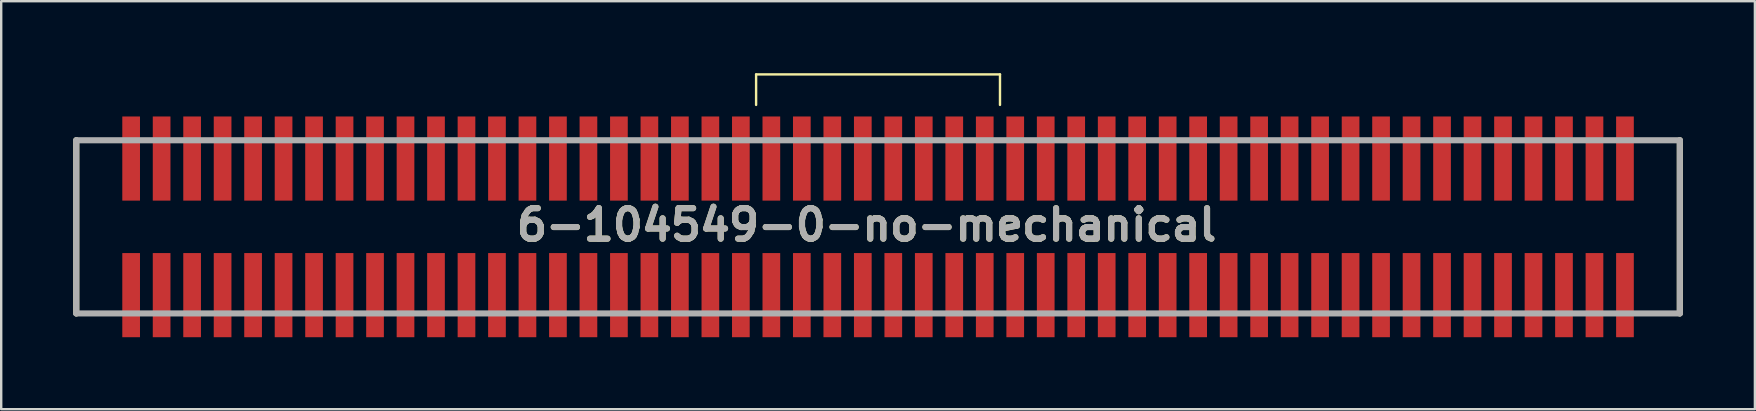
<source format=kicad_pcb>
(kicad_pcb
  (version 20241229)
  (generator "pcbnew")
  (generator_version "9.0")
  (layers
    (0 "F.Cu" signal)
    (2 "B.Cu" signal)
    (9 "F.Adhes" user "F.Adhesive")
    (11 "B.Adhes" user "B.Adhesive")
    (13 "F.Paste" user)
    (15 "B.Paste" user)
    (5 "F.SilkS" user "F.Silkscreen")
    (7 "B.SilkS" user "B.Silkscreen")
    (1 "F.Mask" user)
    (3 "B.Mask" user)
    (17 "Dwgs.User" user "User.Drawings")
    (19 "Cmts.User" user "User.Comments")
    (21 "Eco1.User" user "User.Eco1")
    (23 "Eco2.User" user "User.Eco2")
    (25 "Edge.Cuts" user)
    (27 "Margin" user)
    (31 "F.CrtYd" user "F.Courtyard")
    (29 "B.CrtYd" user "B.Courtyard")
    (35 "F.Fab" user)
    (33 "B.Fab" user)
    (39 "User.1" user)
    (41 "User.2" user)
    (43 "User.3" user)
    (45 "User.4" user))
  (footprint "6-104549-0-no-mechanical"
    (layer "F.Cu")
    (at 33.528 6.4)
    (property "Reference" "6-104549-0-no-mechanical" (at -0.477 -0.082 0) (layer "F.SilkS") (effects (font (size 1.27 1.27) (thickness 0.254))))
    (attr smd)
    (fp_line (start -33.401 -3.607) (end -33.401 3.607) (stroke (width 0.254) (type solid)) (layer "F.SilkS"))
    (fp_line (start -5.08 -6.35) (end 5.08 -6.35) (stroke (width 0.1) (type default)) (layer "F.SilkS"))
    (fp_line (start -5.08 -5.08) (end -5.08 -6.35) (stroke (width 0.1) (type default)) (layer "F.SilkS"))
    (fp_line (start 5.08 -6.35) (end 5.08 -5.08) (stroke (width 0.1) (type default)) (layer "F.SilkS"))
    (fp_line (start 33.401 3.607) (end 33.401 -3.607) (stroke (width 0.254) (type solid)) (layer "F.SilkS"))
    (fp_line (start -33.401 -3.607) (end 33.401 -3.607) (stroke (width 0.254) (type solid)) (layer "F.Fab"))
    (fp_line (start -33.401 3.607) (end -33.401 -3.607) (stroke (width 0.254) (type solid)) (layer "F.Fab"))
    (fp_line (start 33.401 -3.607) (end 33.401 3.607) (stroke (width 0.254) (type solid)) (layer "F.Fab"))
    (fp_line (start 33.401 3.607) (end -33.401 3.607) (stroke (width 0.254) (type solid)) (layer "F.Fab"))
    (fp_text user "${REFERENCE}" (at -0.477 -0.082 0) (layer "F.Fab") (effects (font (size 1.27 1.27) (thickness 0.254))))
    (pad "1" smd rect (at -31.115 2.845) (size 0.737 3.505) (layers "F.Cu" "F.Mask" "F.Paste"))
    (pad "2" smd rect (at -31.115 -2.845) (size 0.737 3.505) (layers "F.Cu" "F.Mask" "F.Paste"))
    (pad "3" smd rect (at -29.845 2.845) (size 0.737 3.505) (layers "F.Cu" "F.Mask" "F.Paste"))
    (pad "4" smd rect (at -29.845 -2.845) (size 0.737 3.505) (layers "F.Cu" "F.Mask" "F.Paste"))
    (pad "5" smd rect (at -28.575 2.845) (size 0.737 3.505) (layers "F.Cu" "F.Mask" "F.Paste"))
    (pad "6" smd rect (at -28.575 -2.845) (size 0.737 3.505) (layers "F.Cu" "F.Mask" "F.Paste"))
    (pad "7" smd rect (at -27.305 2.845) (size 0.737 3.505) (layers "F.Cu" "F.Mask" "F.Paste"))
    (pad "8" smd rect (at -27.305 -2.845) (size 0.737 3.505) (layers "F.Cu" "F.Mask" "F.Paste"))
    (pad "9" smd rect (at -26.035 2.845) (size 0.737 3.505) (layers "F.Cu" "F.Mask" "F.Paste"))
    (pad "10" smd rect (at -26.035 -2.845) (size 0.737 3.505) (layers "F.Cu" "F.Mask" "F.Paste"))
    (pad "11" smd rect (at -24.765 2.845) (size 0.737 3.505) (layers "F.Cu" "F.Mask" "F.Paste"))
    (pad "12" smd rect (at -24.765 -2.845) (size 0.737 3.505) (layers "F.Cu" "F.Mask" "F.Paste"))
    (pad "13" smd rect (at -23.495 2.845) (size 0.737 3.505) (layers "F.Cu" "F.Mask" "F.Paste"))
    (pad "14" smd rect (at -23.495 -2.845) (size 0.737 3.505) (layers "F.Cu" "F.Mask" "F.Paste"))
    (pad "15" smd rect (at -22.225 2.845) (size 0.737 3.505) (layers "F.Cu" "F.Mask" "F.Paste"))
    (pad "16" smd rect (at -22.225 -2.845) (size 0.737 3.505) (layers "F.Cu" "F.Mask" "F.Paste"))
    (pad "17" smd rect (at -20.955 2.845) (size 0.737 3.505) (layers "F.Cu" "F.Mask" "F.Paste"))
    (pad "18" smd rect (at -20.955 -2.845) (size 0.737 3.505) (layers "F.Cu" "F.Mask" "F.Paste"))
    (pad "19" smd rect (at -19.685 2.845) (size 0.737 3.505) (layers "F.Cu" "F.Mask" "F.Paste"))
    (pad "20" smd rect (at -19.685 -2.845) (size 0.737 3.505) (layers "F.Cu" "F.Mask" "F.Paste"))
    (pad "21" smd rect (at -18.415 2.845) (size 0.737 3.505) (layers "F.Cu" "F.Mask" "F.Paste"))
    (pad "22" smd rect (at -18.415 -2.845) (size 0.737 3.505) (layers "F.Cu" "F.Mask" "F.Paste"))
    (pad "23" smd rect (at -17.145 2.845) (size 0.737 3.505) (layers "F.Cu" "F.Mask" "F.Paste"))
    (pad "24" smd rect (at -17.145 -2.845) (size 0.737 3.505) (layers "F.Cu" "F.Mask" "F.Paste"))
    (pad "25" smd rect (at -15.875 2.845) (size 0.737 3.505) (layers "F.Cu" "F.Mask" "F.Paste"))
    (pad "26" smd rect (at -15.875 -2.845) (size 0.737 3.505) (layers "F.Cu" "F.Mask" "F.Paste"))
    (pad "27" smd rect (at -14.605 2.845) (size 0.737 3.505) (layers "F.Cu" "F.Mask" "F.Paste"))
    (pad "28" smd rect (at -14.605 -2.845) (size 0.737 3.505) (layers "F.Cu" "F.Mask" "F.Paste"))
    (pad "29" smd rect (at -13.335 2.845) (size 0.737 3.505) (layers "F.Cu" "F.Mask" "F.Paste"))
    (pad "30" smd rect (at -13.335 -2.845) (size 0.737 3.505) (layers "F.Cu" "F.Mask" "F.Paste"))
    (pad "31" smd rect (at -12.065 2.845) (size 0.737 3.505) (layers "F.Cu" "F.Mask" "F.Paste"))
    (pad "32" smd rect (at -12.065 -2.845) (size 0.737 3.505) (layers "F.Cu" "F.Mask" "F.Paste"))
    (pad "33" smd rect (at -10.795 2.845) (size 0.737 3.505) (layers "F.Cu" "F.Mask" "F.Paste"))
    (pad "34" smd rect (at -10.795 -2.845) (size 0.737 3.505) (layers "F.Cu" "F.Mask" "F.Paste"))
    (pad "35" smd rect (at -9.525 2.845) (size 0.737 3.505) (layers "F.Cu" "F.Mask" "F.Paste"))
    (pad "36" smd rect (at -9.525 -2.845) (size 0.737 3.505) (layers "F.Cu" "F.Mask" "F.Paste"))
    (pad "37" smd rect (at -8.255 2.845) (size 0.737 3.505) (layers "F.Cu" "F.Mask" "F.Paste"))
    (pad "38" smd rect (at -8.255 -2.845) (size 0.737 3.505) (layers "F.Cu" "F.Mask" "F.Paste"))
    (pad "39" smd rect (at -6.985 2.845) (size 0.737 3.505) (layers "F.Cu" "F.Mask" "F.Paste"))
    (pad "40" smd rect (at -6.985 -2.845) (size 0.737 3.505) (layers "F.Cu" "F.Mask" "F.Paste"))
    (pad "41" smd rect (at -5.715 2.845) (size 0.737 3.505) (layers "F.Cu" "F.Mask" "F.Paste"))
    (pad "42" smd rect (at -5.715 -2.845) (size 0.737 3.505) (layers "F.Cu" "F.Mask" "F.Paste"))
    (pad "43" smd rect (at -4.445 2.845) (size 0.737 3.505) (layers "F.Cu" "F.Mask" "F.Paste"))
    (pad "44" smd rect (at -4.445 -2.845) (size 0.737 3.505) (layers "F.Cu" "F.Mask" "F.Paste"))
    (pad "45" smd rect (at -3.175 2.845) (size 0.737 3.505) (layers "F.Cu" "F.Mask" "F.Paste"))
    (pad "46" smd rect (at -3.175 -2.845) (size 0.737 3.505) (layers "F.Cu" "F.Mask" "F.Paste"))
    (pad "47" smd rect (at -1.905 2.845) (size 0.737 3.505) (layers "F.Cu" "F.Mask" "F.Paste"))
    (pad "48" smd rect (at -1.905 -2.845) (size 0.737 3.505) (layers "F.Cu" "F.Mask" "F.Paste"))
    (pad "49" smd rect (at -0.635 2.845) (size 0.737 3.505) (layers "F.Cu" "F.Mask" "F.Paste"))
    (pad "50" smd rect (at -0.635 -2.845) (size 0.737 3.505) (layers "F.Cu" "F.Mask" "F.Paste"))
    (pad "51" smd rect (at 0.635 2.845) (size 0.737 3.505) (layers "F.Cu" "F.Mask" "F.Paste"))
    (pad "52" smd rect (at 0.635 -2.845) (size 0.737 3.505) (layers "F.Cu" "F.Mask" "F.Paste"))
    (pad "53" smd rect (at 1.905 2.845) (size 0.737 3.505) (layers "F.Cu" "F.Mask" "F.Paste"))
    (pad "54" smd rect (at 1.905 -2.845) (size 0.737 3.505) (layers "F.Cu" "F.Mask" "F.Paste"))
    (pad "55" smd rect (at 3.175 2.845) (size 0.737 3.505) (layers "F.Cu" "F.Mask" "F.Paste"))
    (pad "56" smd rect (at 3.175 -2.845) (size 0.737 3.505) (layers "F.Cu" "F.Mask" "F.Paste"))
    (pad "57" smd rect (at 4.445 2.845) (size 0.737 3.505) (layers "F.Cu" "F.Mask" "F.Paste"))
    (pad "58" smd rect (at 4.445 -2.845) (size 0.737 3.505) (layers "F.Cu" "F.Mask" "F.Paste"))
    (pad "59" smd rect (at 5.715 2.845) (size 0.737 3.505) (layers "F.Cu" "F.Mask" "F.Paste"))
    (pad "60" smd rect (at 5.715 -2.845) (size 0.737 3.505) (layers "F.Cu" "F.Mask" "F.Paste"))
    (pad "61" smd rect (at 6.985 2.845) (size 0.737 3.505) (layers "F.Cu" "F.Mask" "F.Paste"))
    (pad "62" smd rect (at 6.985 -2.845) (size 0.737 3.505) (layers "F.Cu" "F.Mask" "F.Paste"))
    (pad "63" smd rect (at 8.255 2.845) (size 0.737 3.505) (layers "F.Cu" "F.Mask" "F.Paste"))
    (pad "64" smd rect (at 8.255 -2.845) (size 0.737 3.505) (layers "F.Cu" "F.Mask" "F.Paste"))
    (pad "65" smd rect (at 9.525 2.845) (size 0.737 3.505) (layers "F.Cu" "F.Mask" "F.Paste"))
    (pad "66" smd rect (at 9.525 -2.845) (size 0.737 3.505) (layers "F.Cu" "F.Mask" "F.Paste"))
    (pad "67" smd rect (at 10.795 2.845) (size 0.737 3.505) (layers "F.Cu" "F.Mask" "F.Paste"))
    (pad "68" smd rect (at 10.795 -2.845) (size 0.737 3.505) (layers "F.Cu" "F.Mask" "F.Paste"))
    (pad "69" smd rect (at 12.065 2.845) (size 0.737 3.505) (layers "F.Cu" "F.Mask" "F.Paste"))
    (pad "70" smd rect (at 12.065 -2.845) (size 0.737 3.505) (layers "F.Cu" "F.Mask" "F.Paste"))
    (pad "71" smd rect (at 13.335 2.845) (size 0.737 3.505) (layers "F.Cu" "F.Mask" "F.Paste"))
    (pad "72" smd rect (at 13.335 -2.845) (size 0.737 3.505) (layers "F.Cu" "F.Mask" "F.Paste"))
    (pad "73" smd rect (at 14.605 2.845) (size 0.737 3.505) (layers "F.Cu" "F.Mask" "F.Paste"))
    (pad "74" smd rect (at 14.605 -2.845) (size 0.737 3.505) (layers "F.Cu" "F.Mask" "F.Paste"))
    (pad "75" smd rect (at 15.875 2.845) (size 0.737 3.505) (layers "F.Cu" "F.Mask" "F.Paste"))
    (pad "76" smd rect (at 15.875 -2.845) (size 0.737 3.505) (layers "F.Cu" "F.Mask" "F.Paste"))
    (pad "77" smd rect (at 17.145 2.845) (size 0.737 3.505) (layers "F.Cu" "F.Mask" "F.Paste"))
    (pad "78" smd rect (at 17.145 -2.845) (size 0.737 3.505) (layers "F.Cu" "F.Mask" "F.Paste"))
    (pad "79" smd rect (at 18.415 2.845) (size 0.737 3.505) (layers "F.Cu" "F.Mask" "F.Paste"))
    (pad "80" smd rect (at 18.415 -2.845) (size 0.737 3.505) (layers "F.Cu" "F.Mask" "F.Paste"))
    (pad "81" smd rect (at 19.685 2.845) (size 0.737 3.505) (layers "F.Cu" "F.Mask" "F.Paste"))
    (pad "82" smd rect (at 19.685 -2.845) (size 0.737 3.505) (layers "F.Cu" "F.Mask" "F.Paste"))
    (pad "83" smd rect (at 20.955 2.845) (size 0.737 3.505) (layers "F.Cu" "F.Mask" "F.Paste"))
    (pad "84" smd rect (at 20.955 -2.845) (size 0.737 3.505) (layers "F.Cu" "F.Mask" "F.Paste"))
    (pad "85" smd rect (at 22.225 2.845) (size 0.737 3.505) (layers "F.Cu" "F.Mask" "F.Paste"))
    (pad "86" smd rect (at 22.225 -2.845) (size 0.737 3.505) (layers "F.Cu" "F.Mask" "F.Paste"))
    (pad "87" smd rect (at 23.495 2.845) (size 0.737 3.505) (layers "F.Cu" "F.Mask" "F.Paste"))
    (pad "88" smd rect (at 23.495 -2.845) (size 0.737 3.505) (layers "F.Cu" "F.Mask" "F.Paste"))
    (pad "89" smd rect (at 24.765 2.845) (size 0.737 3.505) (layers "F.Cu" "F.Mask" "F.Paste"))
    (pad "90" smd rect (at 24.765 -2.845) (size 0.737 3.505) (layers "F.Cu" "F.Mask" "F.Paste"))
    (pad "91" smd rect (at 26.035 2.845) (size 0.737 3.505) (layers "F.Cu" "F.Mask" "F.Paste"))
    (pad "92" smd rect (at 26.035 -2.845) (size 0.737 3.505) (layers "F.Cu" "F.Mask" "F.Paste"))
    (pad "93" smd rect (at 27.305 2.845) (size 0.737 3.505) (layers "F.Cu" "F.Mask" "F.Paste"))
    (pad "94" smd rect (at 27.305 -2.845) (size 0.737 3.505) (layers "F.Cu" "F.Mask" "F.Paste"))
    (pad "95" smd rect (at 28.575 2.845) (size 0.737 3.505) (layers "F.Cu" "F.Mask" "F.Paste"))
    (pad "96" smd rect (at 28.575 -2.845) (size 0.737 3.505) (layers "F.Cu" "F.Mask" "F.Paste"))
    (pad "97" smd rect (at 29.845 2.845) (size 0.737 3.505) (layers "F.Cu" "F.Mask" "F.Paste"))
    (pad "98" smd rect (at 29.845 -2.845) (size 0.737 3.505) (layers "F.Cu" "F.Mask" "F.Paste"))
    (pad "99" smd rect (at 31.115 2.845) (size 0.737 3.505) (layers "F.Cu" "F.Mask" "F.Paste"))
    (pad "100" smd rect (at 31.115 -2.845) (size 0.737 3.505) (layers "F.Cu" "F.Mask" "F.Paste")))
  (gr_rect
    (start -3 -3)
    (end 70.056 13.997)
    (stroke (width 0.1) (type default))
    (fill no)
    (layer "Edge.Cuts")))
</source>
